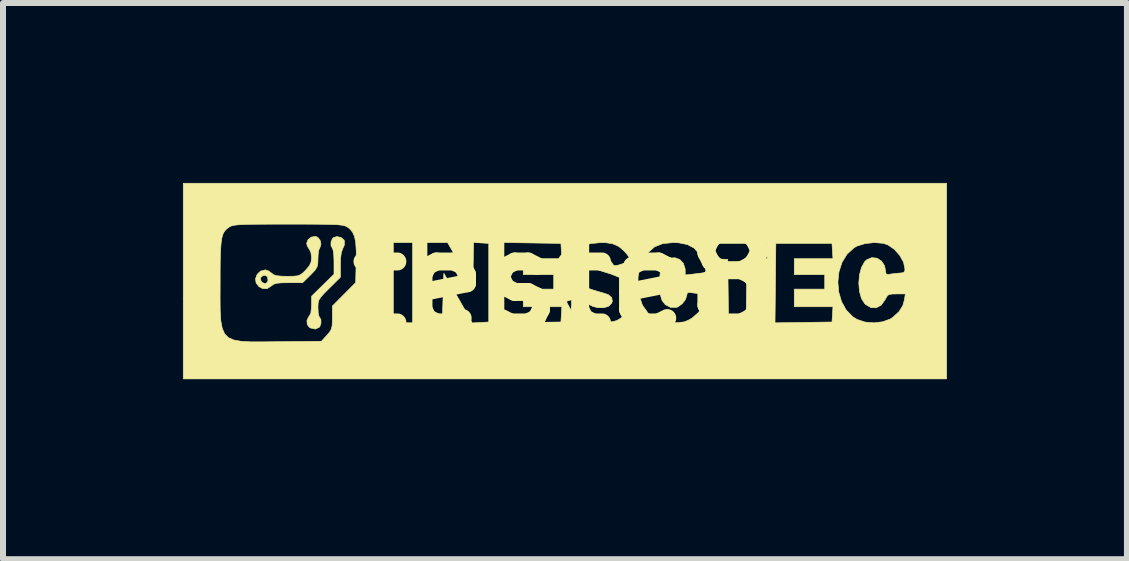
<source format=kicad_pcb>
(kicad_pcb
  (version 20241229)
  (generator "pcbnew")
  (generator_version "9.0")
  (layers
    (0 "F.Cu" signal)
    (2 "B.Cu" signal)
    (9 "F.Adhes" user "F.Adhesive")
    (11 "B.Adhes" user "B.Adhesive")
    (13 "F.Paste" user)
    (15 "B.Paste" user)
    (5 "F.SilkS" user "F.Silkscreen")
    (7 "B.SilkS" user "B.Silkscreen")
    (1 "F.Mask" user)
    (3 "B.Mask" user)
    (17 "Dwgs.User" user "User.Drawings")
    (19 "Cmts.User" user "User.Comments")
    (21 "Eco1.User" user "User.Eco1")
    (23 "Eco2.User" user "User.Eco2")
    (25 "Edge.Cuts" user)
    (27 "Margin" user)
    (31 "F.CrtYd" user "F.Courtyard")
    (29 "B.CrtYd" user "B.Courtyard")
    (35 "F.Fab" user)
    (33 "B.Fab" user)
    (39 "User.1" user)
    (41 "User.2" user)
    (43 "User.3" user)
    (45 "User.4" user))
  (footprint "teste8"
    (layer "F.Cu")
    (at 6.368 1.636)
    (property "Reference" "teste8" (at 0 0 0) (layer "F.SilkS") (effects (font (size 1.524 1.524) (thickness 0.3))))
    (attr through_hole)
    (fp_poly (pts (xy -3.734 -0.728) (xy -3.684 -0.685) (xy -3.676 -0.667) (xy -3.678 -0.6) (xy -3.701 -0.548) (xy -3.727 -0.48) (xy -3.741 -0.373) (xy -3.743 -0.274) (xy -3.743 -0.065) (xy -3.93 0.12) (xy -4.016 0.206) (xy -4.07 0.267) (xy -4.101 0.315) (xy -4.114 0.363) (xy -4.117 0.421) (xy -4.117 0.446) (xy -4.113 0.528) (xy -4.101 0.586) (xy -4.091 0.602) (xy -4.068 0.642) (xy -4.067 0.704) (xy -4.088 0.761) (xy -4.096 0.77) (xy -4.16 0.8) (xy -4.241 0.782) (xy -4.258 0.773) (xy -4.296 0.724) (xy -4.301 0.657) (xy -4.274 0.597) (xy -4.265 0.588) (xy -4.236 0.534) (xy -4.225 0.432) (xy -4.224 0.403) (xy -4.224 0.252) (xy -3.85 -0.114) (xy -3.85 -0.323) (xy -3.853 -0.424) (xy -3.862 -0.502) (xy -3.874 -0.545) (xy -3.877 -0.548) (xy -3.9 -0.59) (xy -3.9 -0.652) (xy -3.876 -0.708) (xy -3.864 -0.722) (xy -3.803 -0.742) (xy -3.734 -0.728)) (stroke (width 0.01) (type solid)) (fill yes) (layer "F.SilkS"))
    (fp_poly (pts (xy -4.122 -0.731) (xy -4.082 -0.682) (xy -4.067 -0.615) (xy -4.084 -0.559) (xy -4.088 -0.553) (xy -4.105 -0.512) (xy -4.115 -0.436) (xy -4.117 -0.375) (xy -4.12 -0.292) (xy -4.133 -0.235) (xy -4.165 -0.183) (xy -4.226 -0.118) (xy -4.245 -0.099) (xy -4.373 0.027) (xy -4.606 0.027) (xy -4.724 0.029) (xy -4.802 0.036) (xy -4.852 0.05) (xy -4.888 0.075) (xy -4.893 0.08) (xy -4.967 0.127) (xy -5.046 0.122) (xy -5.101 0.092) (xy -5.149 0.031) (xy -5.158 -0.042) (xy -5.152 -0.056) (xy -5.076 -0.056) (xy -5.068 -0.005) (xy -5.048 0.022) (xy -4.999 0.045) (xy -4.962 0.02) (xy -4.95 -0.012) (xy -4.958 -0.071) (xy -4.998 -0.097) (xy -5.035 -0.092) (xy -5.076 -0.056) (xy -5.152 -0.056) (xy -5.131 -0.112) (xy -5.075 -0.166) (xy -4.995 -0.187) (xy -4.994 -0.187) (xy -4.94 -0.169) (xy -4.893 -0.134) (xy -4.855 -0.105) (xy -4.804 -0.089) (xy -4.724 -0.082) (xy -4.631 -0.08) (xy -4.525 -0.081) (xy -4.457 -0.088) (xy -4.409 -0.106) (xy -4.365 -0.14) (xy -4.323 -0.182) (xy -4.261 -0.254) (xy -4.232 -0.317) (xy -4.224 -0.392) (xy -4.235 -0.477) (xy -4.261 -0.532) (xy -4.265 -0.535) (xy -4.296 -0.586) (xy -4.305 -0.632) (xy -4.282 -0.693) (xy -4.226 -0.734) (xy -4.159 -0.744) (xy -4.122 -0.731)) (stroke (width 0.01) (type solid)) (fill yes) (layer "F.SilkS"))
    (fp_poly (pts (xy 6.363 1.631) (xy -6.363 1.631) (xy -6.363 0.288) (xy -5.749 0.288) (xy -5.747 0.496) (xy -5.737 0.66) (xy -5.714 0.785) (xy -5.674 0.878) (xy -5.611 0.942) (xy -5.521 0.982) (xy -5.397 1.004) (xy -5.236 1.013) (xy -5.032 1.013) (xy -4.78 1.01) (xy -4.764 1.01) (xy -4.06 1.003) (xy -3.968 0.903) (xy -3.921 0.847) (xy -3.893 0.798) (xy -3.88 0.738) (xy -3.877 0.649) (xy -3.877 0.609) (xy -3.877 0.416) (xy -3.683 0.221) (xy -3.489 0.026) (xy -3.48 -0.317) (xy -3.479 -0.501) (xy -3.488 -0.64) (xy -3.488 -0.642) (xy -2.861 -0.642) (xy -2.861 0.695) (xy -2.54 0.695) (xy -2.54 -0.642) (xy -2.299 -0.642) (xy -2.299 0.698) (xy -2.172 0.69) (xy -2.045 0.682) (xy -2.019 -0.131) (xy -1.861 0.142) (xy -1.789 0.266) (xy -1.718 0.39) (xy -1.657 0.497) (xy -1.624 0.556) (xy -1.545 0.698) (xy -1.522 0.696) (xy 3.502 0.696) (xy 3.977 0.689) (xy 4.452 0.682) (xy 4.468 0.428) (xy 3.823 0.428) (xy 3.823 0.134) (xy 4.331 0.134) (xy 4.331 0.014) (xy 4.55 0.014) (xy 4.564 0.182) (xy 4.611 0.342) (xy 4.689 0.482) (xy 4.798 0.594) (xy 4.87 0.639) (xy 5.002 0.683) (xy 5.151 0.696) (xy 5.298 0.678) (xy 5.424 0.632) (xy 5.464 0.606) (xy 5.569 0.51) (xy 5.632 0.411) (xy 5.66 0.31) (xy 5.675 0.214) (xy 5.53 0.214) (xy 5.445 0.216) (xy 5.395 0.228) (xy 5.365 0.259) (xy 5.339 0.308) (xy 5.273 0.4) (xy 5.19 0.445) (xy 5.1 0.442) (xy 5.01 0.388) (xy 5 0.379) (xy 4.943 0.29) (xy 4.91 0.17) (xy 4.899 0.035) (xy 4.91 -0.102) (xy 4.943 -0.226) (xy 4.996 -0.322) (xy 5.03 -0.355) (xy 5.116 -0.391) (xy 5.203 -0.382) (xy 5.277 -0.334) (xy 5.329 -0.255) (xy 5.347 -0.158) (xy 5.354 -0.119) (xy 5.385 -0.11) (xy 5.431 -0.117) (xy 5.519 -0.129) (xy 5.591 -0.134) (xy 5.647 -0.142) (xy 5.667 -0.175) (xy 5.668 -0.202) (xy 5.645 -0.315) (xy 5.581 -0.429) (xy 5.491 -0.53) (xy 5.385 -0.603) (xy 5.305 -0.63) (xy 5.155 -0.642) (xy 5.003 -0.625) (xy 4.87 -0.584) (xy 4.821 -0.557) (xy 4.703 -0.449) (xy 4.619 -0.312) (xy 4.568 -0.154) (xy 4.55 0.014) (xy 4.331 0.014) (xy 4.331 -0.107) (xy 3.823 -0.107) (xy 3.823 -0.374) (xy 4.468 -0.374) (xy 4.452 -0.628) (xy 3.516 -0.628) (xy 3.509 0.034) (xy 3.502 0.696) (xy -1.522 0.696) (xy -1.522 0.696) (xy -1.016 0.696) (xy -0.541 0.689) (xy -0.067 0.682) (xy -0.051 0.428) (xy -0.695 0.428) (xy -0.695 0.342) (xy 0.027 0.342) (xy 0.039 0.371) (xy 0.071 0.43) (xy 0.093 0.469) (xy 0.171 0.572) (xy 0.269 0.641) (xy 0.397 0.679) (xy 0.561 0.691) (xy 0.617 0.69) (xy 0.734 0.684) (xy 0.813 0.673) (xy 0.872 0.654) (xy 0.926 0.621) (xy 0.947 0.605) (xy 1.052 0.495) (xy 1.108 0.363) (xy 1.115 0.218) (xy 1.085 0.105) (xy 1.038 0.04) (xy 1.218 0.04) (xy 1.237 0.24) (xy 1.292 0.403) (xy 1.386 0.533) (xy 1.49 0.616) (xy 1.567 0.66) (xy 1.637 0.684) (xy 1.722 0.694) (xy 1.805 0.695) (xy 1.915 0.692) (xy 1.994 0.678) (xy 2.064 0.649) (xy 2.116 0.619) (xy 2.229 0.521) (xy 2.307 0.39) (xy 2.34 0.287) (xy 2.348 0.235) (xy 2.326 0.216) (xy 2.296 0.214) (xy 2.226 0.209) (xy 2.141 0.198) (xy 2.132 0.197) (xy 2.067 0.189) (xy 2.038 0.201) (xy 2.032 0.234) (xy 2.01 0.306) (xy 1.955 0.378) (xy 1.885 0.429) (xy 1.86 0.438) (xy 1.76 0.438) (xy 1.672 0.392) (xy 1.619 0.323) (xy 1.594 0.241) (xy 1.58 0.126) (xy 1.578 -0.004) (xy 1.587 -0.13) (xy 1.608 -0.232) (xy 1.616 -0.255) (xy 1.674 -0.339) (xy 1.751 -0.383) (xy 1.835 -0.389) (xy 1.914 -0.36) (xy 1.974 -0.297) (xy 2.004 -0.205) (xy 2.005 -0.179) (xy 2.005 -0.102) (xy 2.172 -0.121) (xy 2.26 -0.132) (xy 2.324 -0.141) (xy 2.348 -0.147) (xy 2.349 -0.18) (xy 2.333 -0.244) (xy 2.305 -0.323) (xy 2.281 -0.377) (xy 2.377 -0.377) (xy 2.545 -0.369) (xy 2.714 -0.361) (xy 2.721 0.167) (xy 2.728 0.695) (xy 3.02 0.695) (xy 3.027 0.167) (xy 3.035 -0.361) (xy 3.203 -0.369) (xy 3.372 -0.377) (xy 3.364 -0.503) (xy 3.355 -0.628) (xy 2.393 -0.628) (xy 2.385 -0.503) (xy 2.377 -0.377) (xy 2.281 -0.377) (xy 2.27 -0.401) (xy 2.239 -0.454) (xy 2.153 -0.55) (xy 2.042 -0.609) (xy 1.898 -0.638) (xy 1.804 -0.642) (xy 1.632 -0.625) (xy 1.494 -0.571) (xy 1.385 -0.475) (xy 1.295 -0.333) (xy 1.293 -0.33) (xy 1.252 -0.238) (xy 1.229 -0.156) (xy 1.219 -0.063) (xy 1.218 0.04) (xy 1.038 0.04) (xy 1.018 0.013) (xy 0.91 -0.061) (xy 0.755 -0.122) (xy 0.698 -0.139) (xy 0.561 -0.182) (xy 0.474 -0.225) (xy 0.432 -0.27) (xy 0.433 -0.319) (xy 0.444 -0.341) (xy 0.496 -0.38) (xy 0.576 -0.397) (xy 0.662 -0.391) (xy 0.732 -0.362) (xy 0.744 -0.352) (xy 0.786 -0.303) (xy 0.806 -0.27) (xy 0.83 -0.256) (xy 0.889 -0.266) (xy 0.943 -0.283) (xy 1.018 -0.311) (xy 1.07 -0.336) (xy 1.082 -0.346) (xy 1.077 -0.383) (xy 1.04 -0.44) (xy 0.984 -0.504) (xy 0.917 -0.562) (xy 0.879 -0.587) (xy 0.795 -0.622) (xy 0.691 -0.639) (xy 0.598 -0.642) (xy 0.42 -0.624) (xy 0.284 -0.572) (xy 0.187 -0.484) (xy 0.129 -0.361) (xy 0.114 -0.274) (xy 0.117 -0.137) (xy 0.161 -0.032) (xy 0.249 0.051) (xy 0.329 0.095) (xy 0.439 0.139) (xy 0.559 0.176) (xy 0.608 0.189) (xy 0.719 0.224) (xy 0.78 0.274) (xy 0.79 0.338) (xy 0.776 0.373) (xy 0.724 0.422) (xy 0.646 0.444) (xy 0.554 0.444) (xy 0.465 0.423) (xy 0.393 0.383) (xy 0.352 0.328) (xy 0.348 0.3) (xy 0.329 0.273) (xy 0.287 0.276) (xy 0.22 0.291) (xy 0.136 0.307) (xy 0.127 0.309) (xy 0.063 0.324) (xy 0.029 0.338) (xy 0.027 0.342) (xy -0.695 0.342) (xy -0.695 0.134) (xy -0.187 0.134) (xy -0.187 -0.107) (xy -0.695 -0.107) (xy -0.695 -0.374) (xy -0.051 -0.374) (xy -0.067 -0.628) (xy -1.016 -0.643) (xy -1.016 0.696) (xy -1.522 0.696) (xy -1.408 0.69) (xy -1.27 0.682) (xy -1.27 -0.628) (xy -1.522 -0.645) (xy -1.537 0.083) (xy -1.957 -0.642) (xy -2.299 -0.642) (xy -2.54 -0.642) (xy -2.861 -0.642) (xy -3.488 -0.642) (xy -3.508 -0.743) (xy -3.542 -0.818) (xy -3.591 -0.875) (xy -3.626 -0.9) (xy -3.65 -0.914) (xy -3.68 -0.924) (xy -3.722 -0.932) (xy -3.783 -0.939) (xy -3.866 -0.943) (xy -3.98 -0.946) (xy -4.128 -0.948) (xy -4.317 -0.949) (xy -4.553 -0.949) (xy -4.612 -0.949) (xy -4.859 -0.949) (xy -5.058 -0.948) (xy -5.215 -0.947) (xy -5.335 -0.944) (xy -5.425 -0.94) (xy -5.49 -0.934) (xy -5.536 -0.926) (xy -5.568 -0.916) (xy -5.593 -0.903) (xy -5.598 -0.9) (xy -5.64 -0.869) (xy -5.674 -0.833) (xy -5.7 -0.786) (xy -5.719 -0.721) (xy -5.732 -0.633) (xy -5.741 -0.516) (xy -5.746 -0.362) (xy -5.748 -0.167) (xy -5.748 0.033) (xy -5.749 0.288) (xy -6.363 0.288) (xy -6.363 -1.631) (xy 6.363 -1.631) (xy 6.363 1.631)) (stroke (width 0.01) (type solid)) (fill yes) (layer "F.SilkS")))
  (gr_rect
    (start -3 -3)
    (end 15.737 6.272)
    (stroke (width 0.1) (type default))
    (fill no)
    (layer "Edge.Cuts")))
</source>
